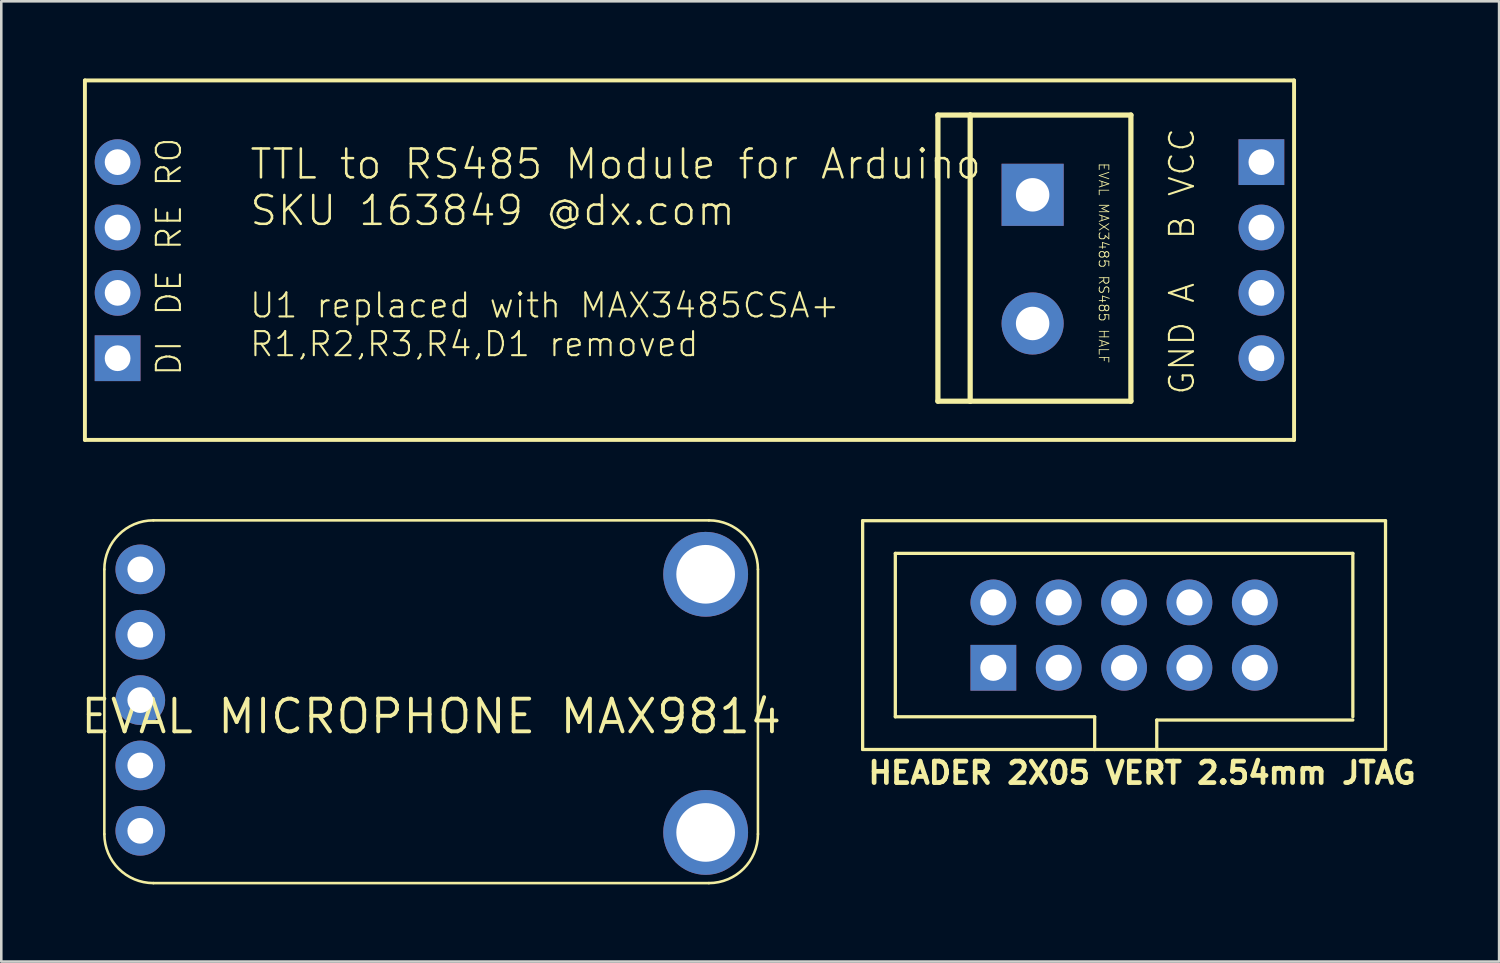
<source format=kicad_pcb>
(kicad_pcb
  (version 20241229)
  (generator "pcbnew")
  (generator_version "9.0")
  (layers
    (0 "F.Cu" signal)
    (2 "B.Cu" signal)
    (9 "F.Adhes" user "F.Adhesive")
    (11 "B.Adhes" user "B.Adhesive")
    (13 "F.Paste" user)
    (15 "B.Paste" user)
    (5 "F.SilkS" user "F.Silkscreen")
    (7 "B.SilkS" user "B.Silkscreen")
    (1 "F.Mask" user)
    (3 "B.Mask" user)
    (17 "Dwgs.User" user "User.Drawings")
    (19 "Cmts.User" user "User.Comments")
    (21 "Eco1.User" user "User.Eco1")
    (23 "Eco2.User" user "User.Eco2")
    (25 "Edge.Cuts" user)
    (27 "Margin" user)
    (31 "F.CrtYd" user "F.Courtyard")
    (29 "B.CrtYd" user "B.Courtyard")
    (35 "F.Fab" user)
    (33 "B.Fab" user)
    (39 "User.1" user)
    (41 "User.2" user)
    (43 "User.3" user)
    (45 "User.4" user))
  (footprint "EVAL MAX3485 RS485 HALF"
    (layer "F.Cu")
    (at 0.25 13.411)
    (property "Reference" "EVAL MAX3485 RS485 HALF" (at 39.37 -10.16 270) (unlocked yes) (layer "F.SilkS") (effects (font (size 0.374 0.374) (thickness 0.033)) (justify left bottom)))
    (fp_line (start 0 -13.335) (end 46.99 -13.335) (stroke (width 0.152) (type solid)) (layer "F.SilkS"))
    (fp_line (start 0 0.635) (end 0 -13.335) (stroke (width 0.152) (type solid)) (layer "F.SilkS"))
    (fp_line (start 33.149 -11.99) (end 34.403 -11.99) (stroke (width 0.203) (type solid)) (layer "F.SilkS"))
    (fp_line (start 33.149 -0.87) (end 33.149 -11.99) (stroke (width 0.203) (type solid)) (layer "F.SilkS"))
    (fp_line (start 34.403 -11.99) (end 40.649 -11.99) (stroke (width 0.203) (type solid)) (layer "F.SilkS"))
    (fp_line (start 34.403 -0.87) (end 33.149 -0.87) (stroke (width 0.203) (type solid)) (layer "F.SilkS"))
    (fp_line (start 34.403 -0.87) (end 34.403 -11.99) (stroke (width 0.203) (type solid)) (layer "F.SilkS"))
    (fp_line (start 40.649 -11.99) (end 40.649 -0.87) (stroke (width 0.203) (type solid)) (layer "F.SilkS"))
    (fp_line (start 40.649 -0.87) (end 34.403 -0.87) (stroke (width 0.203) (type solid)) (layer "F.SilkS"))
    (fp_line (start 46.99 -13.335) (end 46.99 0.635) (stroke (width 0.152) (type solid)) (layer "F.SilkS"))
    (fp_line (start 46.99 0.635) (end 0 0.635) (stroke (width 0.152) (type solid)) (layer "F.SilkS"))
    (fp_text user "B" (at 43.18 -7.62 90) (unlocked yes) (layer "F.SilkS") (effects (font (size 0.935 0.935) (thickness 0.081)) (justify bottom)))
    (fp_text user "DI" (at 3.81 -2.54 90) (unlocked yes) (layer "F.SilkS") (effects (font (size 0.935 0.935) (thickness 0.081)) (justify bottom)))
    (fp_text user "DE" (at 3.81 -5.08 90) (unlocked yes) (layer "F.SilkS") (effects (font (size 0.935 0.935) (thickness 0.081)) (justify bottom)))
    (fp_text user "RE" (at 3.81 -7.62 90) (unlocked yes) (layer "F.SilkS") (effects (font (size 0.935 0.935) (thickness 0.081)) (justify bottom)))
    (fp_text user "VCC" (at 43.18 -10.16 90) (unlocked yes) (layer "F.SilkS") (effects (font (size 0.935 0.935) (thickness 0.081)) (justify bottom)))
    (fp_text user "GND" (at 43.18 -2.54 90) (unlocked yes) (layer "F.SilkS") (effects (font (size 0.935 0.935) (thickness 0.081)) (justify bottom)))
    (fp_text user "RO" (at 3.81 -10.16 90) (unlocked yes) (layer "F.SilkS") (effects (font (size 0.935 0.935) (thickness 0.081)) (justify bottom)))
    (fp_text user "TTL to RS485 Module for Arduino\nSKU 163849 @dx.com" (at 6.35 -7.62 0) (unlocked yes) (layer "F.SilkS") (effects (font (size 1.122 1.122) (thickness 0.098)) (justify left bottom)))
    (fp_text user "A" (at 43.18 -5.08 90) (unlocked yes) (layer "F.SilkS") (effects (font (size 0.935 0.935) (thickness 0.081)) (justify bottom)))
    (fp_text user "U1 replaced with MAX3485CSA+\nR1,R2,R3,R4,D1 removed" (at 6.35 -2.54 0) (unlocked yes) (layer "F.SilkS") (effects (font (size 0.935 0.935) (thickness 0.081)) (justify left bottom)))
    (pad "!RE" thru_hole circle (at 1.27 -7.62 180) (size 1.778 1.778) (drill 1) (layers "*.Cu" "*.Mask"))
    (pad "A" thru_hole circle (at 45.72 -5.08) (size 1.778 1.778) (drill 1) (layers "*.Cu" "*.Mask"))
    (pad "A@1" thru_hole circle (at 36.83 -3.89 270) (size 2.413 2.413) (drill 1.3) (layers "*.Cu" "*.Mask"))
    (pad "B" thru_hole circle (at 45.72 -7.62 180) (size 1.778 1.778) (drill 1) (layers "*.Cu" "*.Mask"))
    (pad "B@1" thru_hole rect (at 36.83 -8.89 270) (size 2.413 2.413) (drill 1.3) (layers "*.Cu" "*.Mask"))
    (pad "DE" thru_hole circle (at 1.27 -5.08 180) (size 1.778 1.778) (drill 1) (layers "*.Cu" "*.Mask"))
    (pad "DI" thru_hole rect (at 1.27 -2.54 180) (size 1.778 1.778) (drill 1) (layers "*.Cu" "*.Mask"))
    (pad "GND" thru_hole circle (at 45.72 -2.54) (size 1.778 1.778) (drill 1) (layers "*.Cu" "*.Mask"))
    (pad "RO" thru_hole circle (at 1.27 -10.16 180) (size 1.778 1.778) (drill 1) (layers "*.Cu" "*.Mask"))
    (pad "VCC" thru_hole rect (at 45.72 -10.16) (size 1.778 1.778) (drill 1) (layers "*.Cu" "*.Mask")))
  (footprint "EVAL MICROPHONE MAX9814"
    (layer "F.Cu")
    (at 13.705 24.792)
    (property "Reference" "EVAL MICROPHONE MAX9814" (at 0 0 0) (layer "F.SilkS") (effects (font (size 1.27 1.27) (thickness 0.15))))
    (fp_line (start -12.7 -5.715) (end -12.7 4.572) (stroke (width 0.1) (type solid)) (layer "F.SilkS"))
    (fp_line (start -10.795 6.477) (end 10.795 6.477) (stroke (width 0.1) (type solid)) (layer "F.SilkS"))
    (fp_line (start 10.795 -7.62) (end -10.795 -7.62) (stroke (width 0.1) (type solid)) (layer "F.SilkS"))
    (fp_line (start 12.7 4.572) (end 12.7 -5.715) (stroke (width 0.1) (type solid)) (layer "F.SilkS"))
    (fp_arc (start -12.7 -5.715) (mid -12.142038 -7.062038) (end -10.795 -7.62) (stroke (width 0.1) (type solid)) (layer "F.SilkS"))
    (fp_arc (start -10.795 6.477) (mid -12.142038 5.919038) (end -12.7 4.572) (stroke (width 0.1) (type solid)) (layer "F.SilkS"))
    (fp_arc (start 10.795 -7.62) (mid 12.142038 -7.062038) (end 12.7 -5.715) (stroke (width 0.1) (type solid)) (layer "F.SilkS"))
    (fp_arc (start 12.7 4.572) (mid 12.142038 5.919038) (end 10.795 6.477) (stroke (width 0.1) (type solid)) (layer "F.SilkS"))
    (fp_poly (pts (xy -11.557 -5.969) (xy -11.557 -5.461) (xy -11.049 -5.461) (xy -11.049 -5.969)) (stroke (width 0.1) (type default)) (fill no) (layer "F.Fab"))
    (fp_poly (pts (xy -11.557 -3.429) (xy -11.557 -2.921) (xy -11.049 -2.921) (xy -11.049 -3.429)) (stroke (width 0.1) (type default)) (fill no) (layer "F.Fab"))
    (fp_poly (pts (xy -11.557 -0.889) (xy -11.557 -0.381) (xy -11.049 -0.381) (xy -11.049 -0.889)) (stroke (width 0.1) (type default)) (fill no) (layer "F.Fab"))
    (fp_poly (pts (xy -11.557 1.651) (xy -11.557 2.159) (xy -11.049 2.159) (xy -11.049 1.651)) (stroke (width 0.1) (type default)) (fill no) (layer "F.Fab"))
    (fp_poly (pts (xy -11.557 4.191) (xy -11.557 4.699) (xy -11.049 4.699) (xy -11.049 4.191)) (stroke (width 0.1) (type default)) (fill no) (layer "F.Fab"))
    (pad "1" thru_hole circle (at -11.303 -5.715) (size 1.93 1.93) (drill 1) (layers "*.Cu" "*.Mask"))
    (pad "2" thru_hole circle (at -11.303 -3.175) (size 1.93 1.93) (drill 1) (layers "*.Cu" "*.Mask"))
    (pad "3" thru_hole circle (at -11.303 -0.635) (size 1.93 1.93) (drill 1) (layers "*.Cu" "*.Mask"))
    (pad "4" thru_hole circle (at -11.303 1.905) (size 1.93 1.93) (drill 1) (layers "*.Cu" "*.Mask"))
    (pad "5" thru_hole circle (at -11.303 4.445) (size 1.93 1.93) (drill 1) (layers "*.Cu" "*.Mask"))
    (pad "P$1" thru_hole circle (at 10.668 -5.524) (size 3.296 3.296) (drill 2.28) (layers "*.Cu" "*.Mask"))
    (pad "P$2" thru_hole circle (at 10.668 4.508) (size 3.296 3.296) (drill 2.28) (layers "*.Cu" "*.Mask")))
  (footprint "HEADER 2X05 VERT 2.54mm JTAG"
    (layer "F.Cu")
    (at 40.634 21.631)
    (property "Reference" "HEADER 2X05 VERT 2.54mm JTAG" (at -10.033 5.842 0) (unlocked yes) (layer "F.SilkS") (effects (font (size 0.833 0.833) (thickness 0.183)) (justify left bottom)))
    (fp_line (start -10.16 -4.445) (end -10.16 4.445) (stroke (width 0.127) (type solid)) (layer "F.SilkS"))
    (fp_line (start -8.89 -3.175) (end -8.89 3.175) (stroke (width 0.127) (type solid)) (layer "F.SilkS"))
    (fp_line (start -8.89 3.175) (end -1.143 3.175) (stroke (width 0.127) (type solid)) (layer "F.SilkS"))
    (fp_line (start -1.143 3.175) (end -1.143 4.445) (stroke (width 0.127) (type solid)) (layer "F.SilkS"))
    (fp_line (start -1.143 4.445) (end -10.16 4.445) (stroke (width 0.127) (type solid)) (layer "F.SilkS"))
    (fp_line (start -1.143 4.445) (end 1.27 4.445) (stroke (width 0.127) (type solid)) (layer "F.SilkS"))
    (fp_line (start 1.27 3.302) (end 1.27 4.445) (stroke (width 0.127) (type solid)) (layer "F.SilkS"))
    (fp_line (start 1.27 4.445) (end 10.16 4.445) (stroke (width 0.127) (type solid)) (layer "F.SilkS"))
    (fp_line (start 8.89 -3.175) (end -8.89 -3.175) (stroke (width 0.127) (type solid)) (layer "F.SilkS"))
    (fp_line (start 8.89 3.175) (end 8.89 -3.175) (stroke (width 0.127) (type solid)) (layer "F.SilkS"))
    (fp_line (start 8.89 3.302) (end 1.27 3.302) (stroke (width 0.127) (type solid)) (layer "F.SilkS"))
    (fp_line (start 10.16 -4.445) (end -10.16 -4.445) (stroke (width 0.127) (type solid)) (layer "F.SilkS"))
    (fp_line (start 10.16 4.445) (end 10.16 -4.445) (stroke (width 0.127) (type solid)) (layer "F.SilkS"))
    (pad "1" thru_hole rect (at -5.08 1.27) (size 1.778 1.778) (drill 1.016) (layers "*.Cu" "*.Mask"))
    (pad "2" thru_hole circle (at -5.08 -1.27) (size 1.778 1.778) (drill 1.016) (layers "*.Cu" "*.Mask"))
    (pad "3" thru_hole circle (at -2.54 1.27) (size 1.778 1.778) (drill 1.016) (layers "*.Cu" "*.Mask"))
    (pad "4" thru_hole circle (at -2.54 -1.27) (size 1.778 1.778) (drill 1.016) (layers "*.Cu" "*.Mask"))
    (pad "5" thru_hole circle (at 0 1.27) (size 1.778 1.778) (drill 1.016) (layers "*.Cu" "*.Mask"))
    (pad "6" thru_hole circle (at 0 -1.27) (size 1.778 1.778) (drill 1.016) (layers "*.Cu" "*.Mask"))
    (pad "7" thru_hole circle (at 2.54 1.27) (size 1.778 1.778) (drill 1.016) (layers "*.Cu" "*.Mask"))
    (pad "8" thru_hole circle (at 2.54 -1.27) (size 1.778 1.778) (drill 1.016) (layers "*.Cu" "*.Mask"))
    (pad "9" thru_hole circle (at 5.08 1.27) (size 1.778 1.778) (drill 1.016) (layers "*.Cu" "*.Mask"))
    (pad "10" thru_hole circle (at 5.08 -1.27) (size 1.778 1.778) (drill 1.016) (layers "*.Cu" "*.Mask")))
  (gr_rect
    (start -3 -3)
    (end 55.208 34.319)
    (stroke (width 0.1) (type default))
    (fill no)
    (layer "Edge.Cuts")))
</source>
